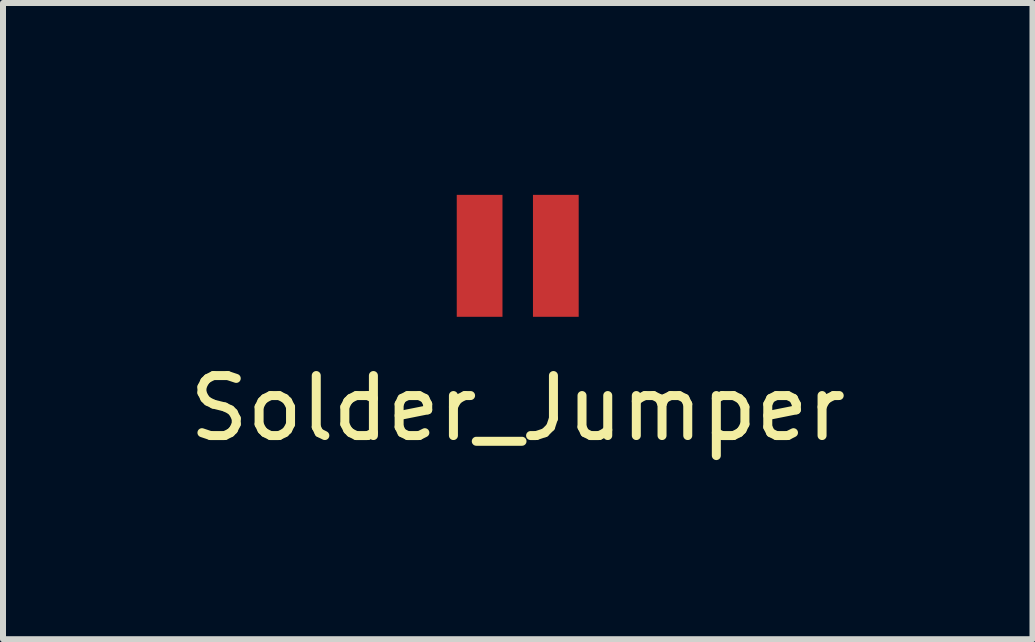
<source format=kicad_pcb>
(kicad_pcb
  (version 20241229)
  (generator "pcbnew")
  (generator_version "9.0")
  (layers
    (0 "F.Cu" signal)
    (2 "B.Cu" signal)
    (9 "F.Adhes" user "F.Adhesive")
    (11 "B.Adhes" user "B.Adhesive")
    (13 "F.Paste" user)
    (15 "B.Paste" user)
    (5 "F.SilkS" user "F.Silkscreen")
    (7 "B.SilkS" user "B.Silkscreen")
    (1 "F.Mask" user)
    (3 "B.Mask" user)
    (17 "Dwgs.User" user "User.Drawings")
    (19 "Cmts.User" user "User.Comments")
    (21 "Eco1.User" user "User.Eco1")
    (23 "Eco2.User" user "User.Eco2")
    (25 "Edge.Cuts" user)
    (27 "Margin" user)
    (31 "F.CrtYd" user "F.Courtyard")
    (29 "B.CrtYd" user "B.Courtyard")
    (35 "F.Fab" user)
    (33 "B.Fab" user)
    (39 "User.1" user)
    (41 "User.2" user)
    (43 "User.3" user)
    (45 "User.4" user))
  (footprint "Solder_Jumper"
    (layer "F.Cu")
    (at 5.577 1.213)
    (property "Reference" "Solder_Jumper" (at 0 2.54 0) (layer "F.SilkS") (effects (font (size 1 1) (thickness 0.15))))
    (attr through_hole)
    (fp_line (start -0.051 -1.194) (end 0.051 -1.194) (stroke (width 0.038) (type solid)) (layer "F.Mask"))
    (fp_line (start -0.051 1.194) (end -0.051 -1.194) (stroke (width 0.038) (type solid)) (layer "F.Mask"))
    (fp_line (start 0 -1.143) (end 0 1.143) (stroke (width 0.1) (type solid)) (layer "F.Mask"))
    (fp_line (start 0.051 -1.194) (end 0.051 1.194) (stroke (width 0.038) (type solid)) (layer "F.Mask"))
    (fp_line (start 0.051 1.194) (end -0.051 1.194) (stroke (width 0.038) (type solid)) (layer "F.Mask"))
    (pad "1" smd rect (at -0.635 0) (size 0.762 2.032) (layers "F.Cu" "F.Mask" "F.Paste"))
    (pad "2" smd rect (at 0.635 0) (size 0.762 2.032) (layers "F.Cu" "F.Mask" "F.Paste")))
  (gr_rect
    (start -3 -3)
    (end 14.155 7.601)
    (stroke (width 0.1) (type default))
    (fill no)
    (layer "Edge.Cuts")))
</source>
